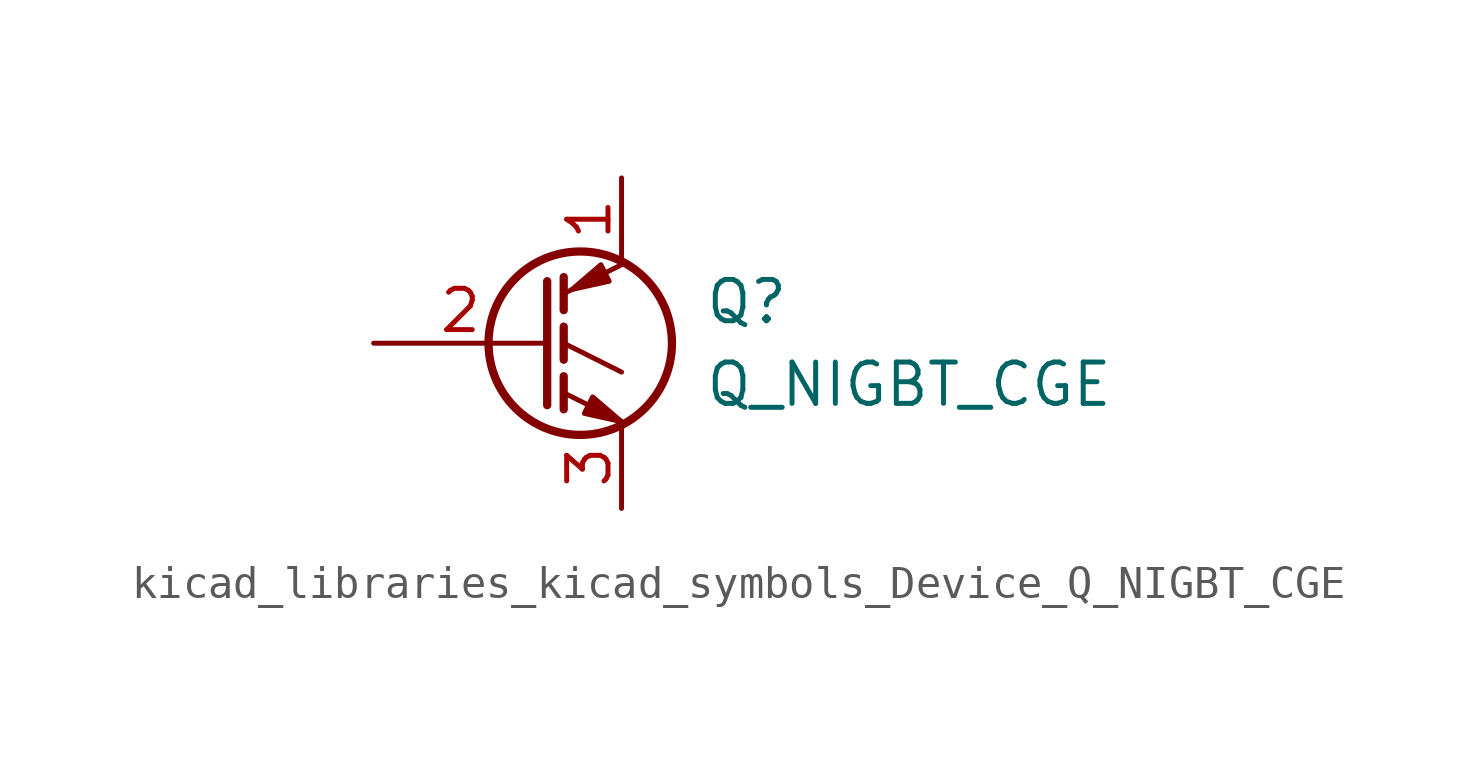
<source format=kicad_sym>
(kicad_symbol_lib
  (version 20220914)
  (generator kicad_symbol_editor)
  (symbol "kicad_libraries_kicad_symbols_Device_Q_NIGBT_CGE"
    (pin_names
      (offset 0) hide)
    (property "Reference" "Q"
      (at 5.08 1.27 0)
      (effects (font (size 1.27 1.27)) (justify left)))
    (property "Value" "Q_NIGBT_CGE"
      (at 5.08 -1.27 0)
      (effects (font (size 1.27 1.27)) (justify left)))
    (symbol "kicad_libraries_kicad_symbols_Device_Q_NIGBT_CGE_0_1"
      (polyline (pts (xy 0.762 -1.016) (xy 0.762 -2.032)) (stroke (width 0.254) (type default)) (fill (type none)))
      (polyline (pts (xy 0.762 0.508) (xy 0.762 -0.508)) (stroke (width 0.254) (type default)) (fill (type none)))
      (polyline (pts (xy 0.762 2.032) (xy 0.762 1.016)) (stroke (width 0.254) (type default)) (fill (type none)))
      (polyline (pts (xy 2.54 -2.413) (xy 0.762 -1.524)) (stroke (width 0) (type default)) (fill (type none)))
      (polyline (pts (xy 2.54 -0.889) (xy 0.762 0)) (stroke (width 0) (type default)) (fill (type none)))
      (polyline (pts (xy 2.54 2.413) (xy 0.762 1.524)) (stroke (width 0) (type default)) (fill (type none)))
      (polyline (pts (xy 0.254 1.905) (xy 0.254 -1.905) (xy 0.254 -1.905)) (stroke (width 0.254) (type default)) (fill (type none)))
      (polyline (pts (xy 1.397 -2.159) (xy 1.651 -1.651) (xy 2.54 -2.413) (xy 1.397 -2.159)) (stroke (width 0) (type default)) (fill (type outline)))
      (polyline (pts (xy 2.159 1.905) (xy 1.905 2.413) (xy 1.016 1.651) (xy 2.159 1.905)) (stroke (width 0) (type default)) (fill (type outline)))
      (circle (center 1.27 0) (radius 2.819) (stroke (width 0.254) (type default)) (fill (type none))))
    (symbol "kicad_libraries_kicad_symbols_Device_Q_NIGBT_CGE_1_1"
      (pin passive line (at 2.54 5.08 270) (length 2.54) (name "C" (effects (font (size 1.27 1.27)))) (number "1" (effects (font (size 1.27 1.27)))))
      (pin input line (at -5.08 0 0) (length 5.334) (name "G" (effects (font (size 1.27 1.27)))) (number "2" (effects (font (size 1.27 1.27)))))
      (pin passive line (at 2.54 -5.08 90) (length 2.54) (name "E" (effects (font (size 1.27 1.27)))) (number "3" (effects (font (size 1.27 1.27))))))))
</source>
